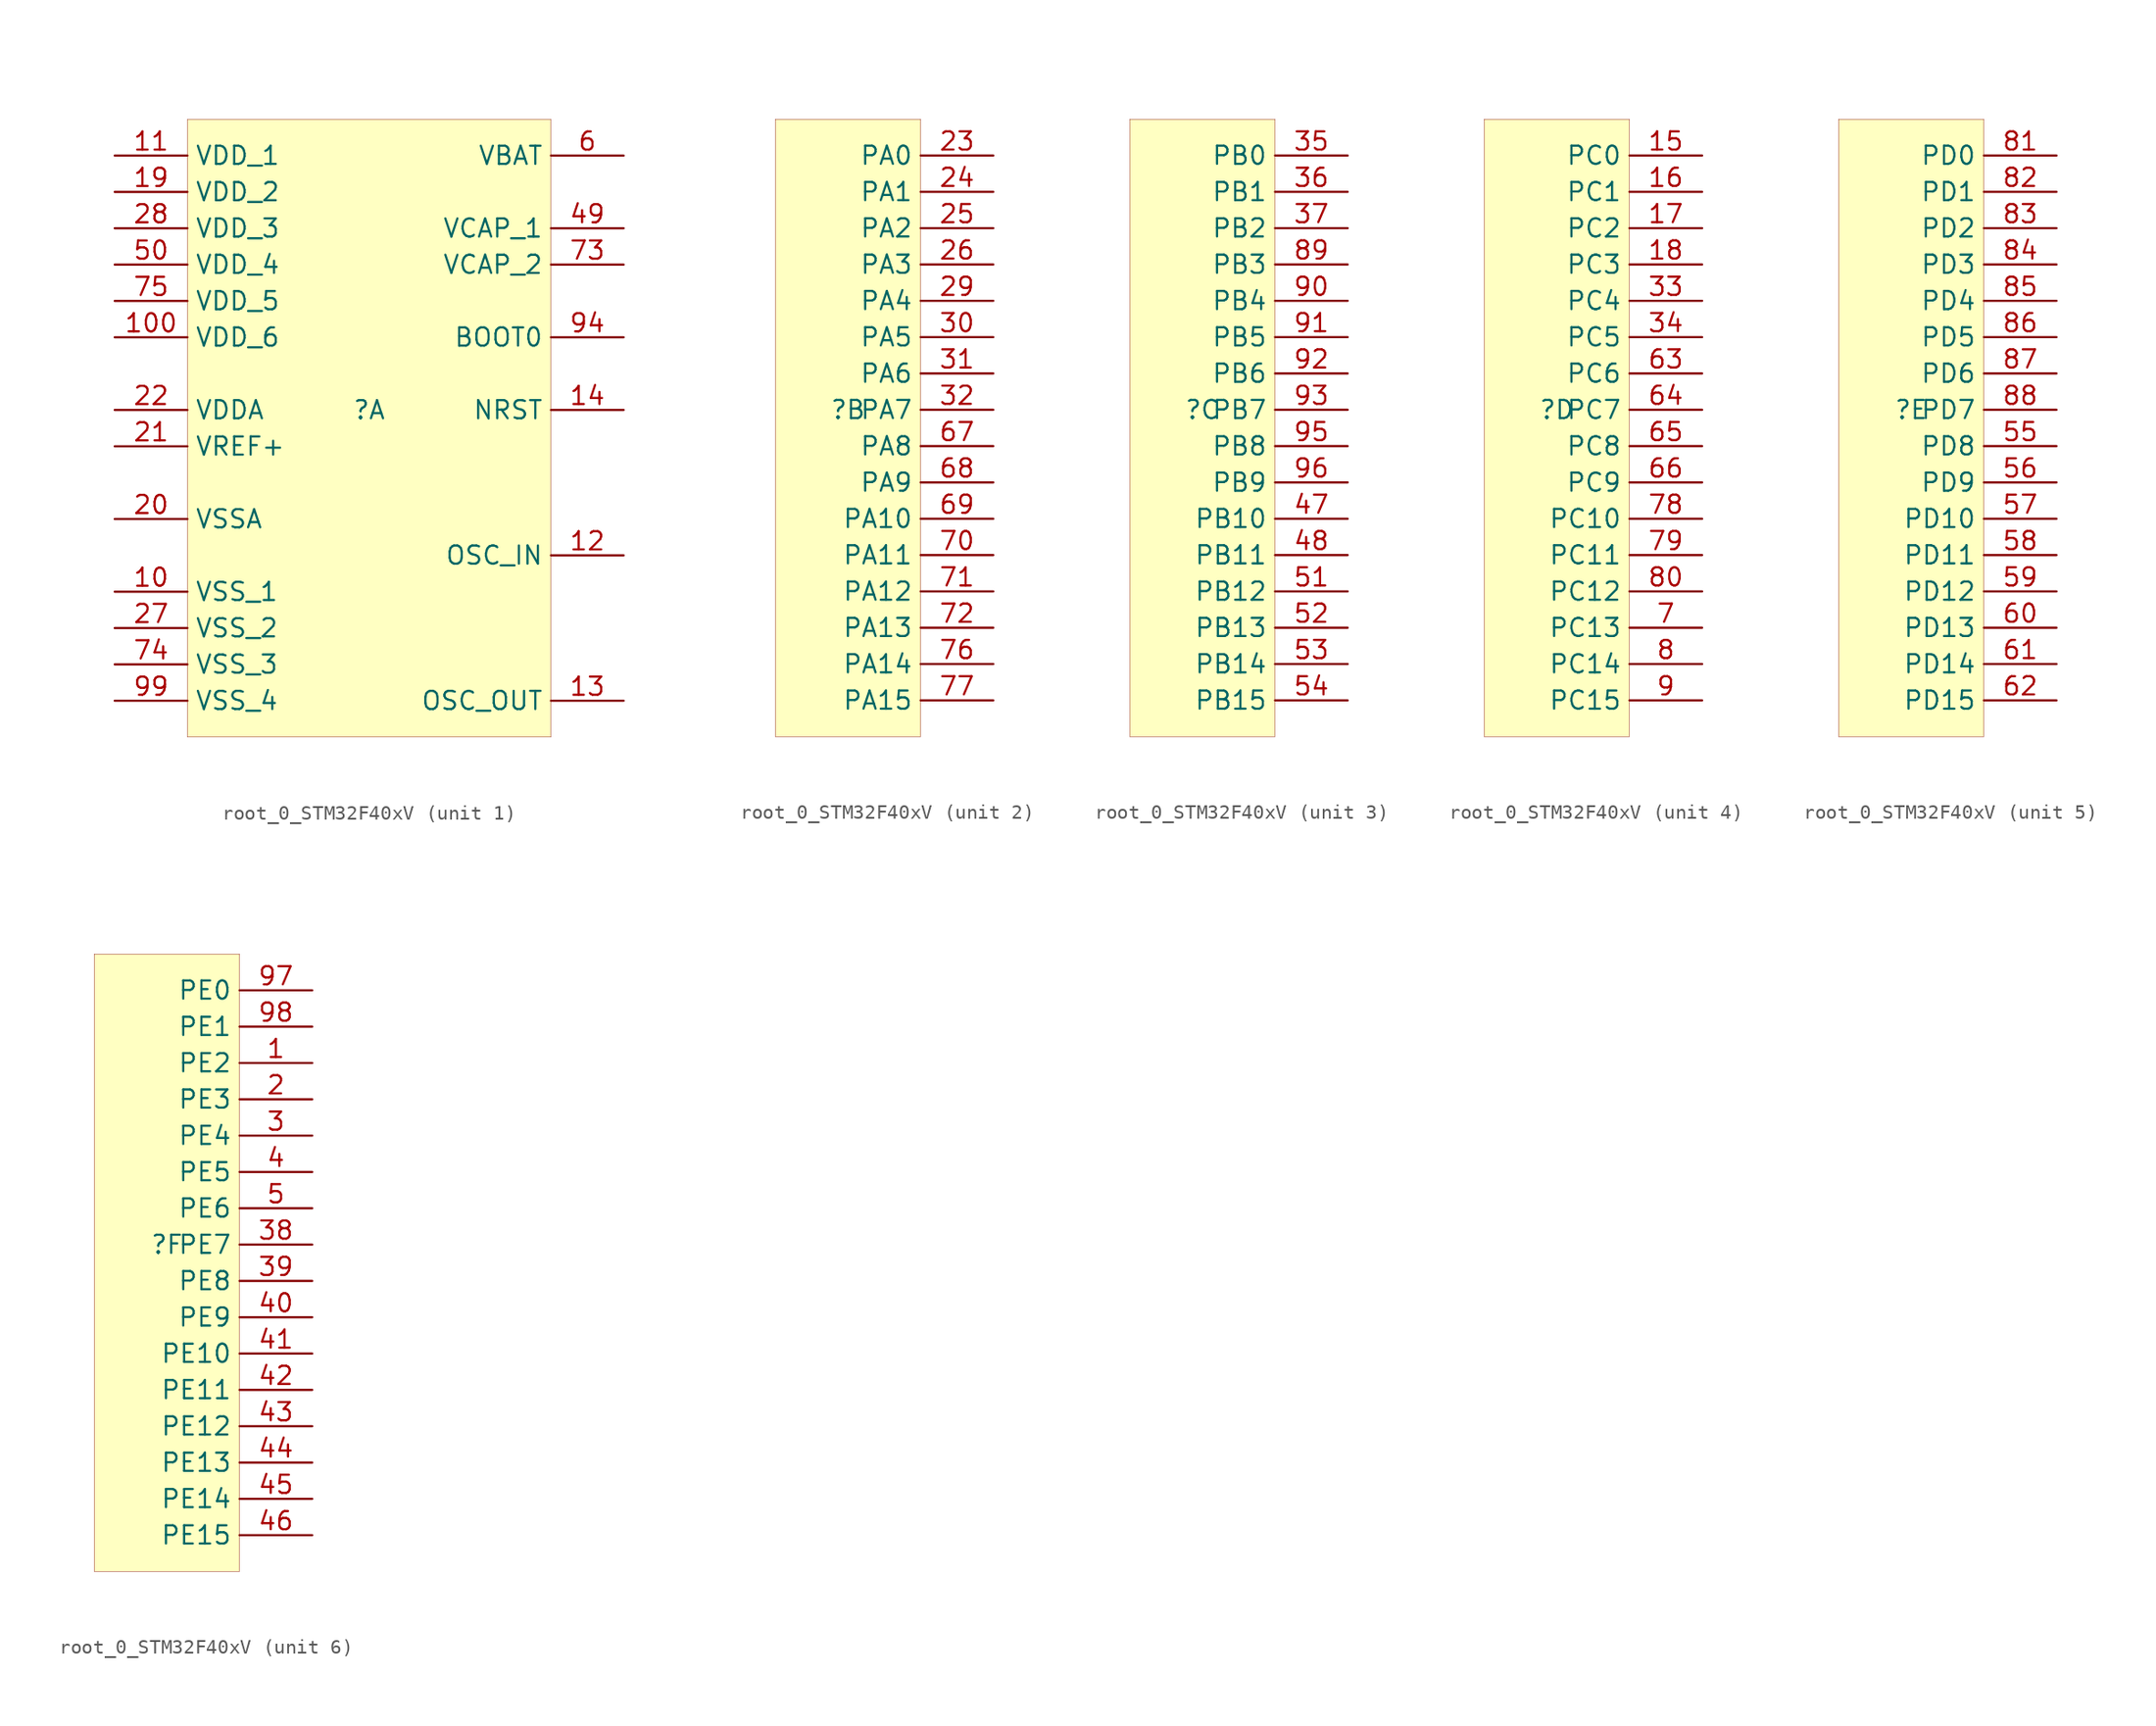
<source format=kicad_sym>
(kicad_symbol_lib
  (version 20231120)
  (generator "kicad_symbol_editor")
  (generator_version "8.0")
  (symbol "root_0_STM32F40xV"
    (property "Reference" ""
      (at 0 0 0)
      (effects (font (size 1.27 1.27))))
    (property "Value" ""
      (at 0 0 0)
      (effects (font (size 1.27 1.27))))
    (symbol "root_0_STM32F40xV_1_0"
      (rectangle (start 12.7 20.32) (end -12.7 -22.86) (stroke (width 0.025) (type solid) (color 128 0 0 1)) (fill (type background)))
      (pin passive line (at -17.78 -12.7 0) (length 5.08) (name "VSS_1" (effects (font (size 1.27 1.27)))) (number "10" (effects (font (size 1.27 1.27)))))
      (pin passive line (at -17.78 5.08 0) (length 5.08) (name "VDD_6" (effects (font (size 1.27 1.27)))) (number "100" (effects (font (size 1.27 1.27)))))
      (pin passive line (at -17.78 17.78 0) (length 5.08) (name "VDD_1" (effects (font (size 1.27 1.27)))) (number "11" (effects (font (size 1.27 1.27)))))
      (pin passive line (at 17.78 -10.16 180) (length 5.08) (name "OSC_IN" (effects (font (size 1.27 1.27)))) (number "12" (effects (font (size 1.27 1.27)))))
      (pin passive line (at 17.78 -20.32 180) (length 5.08) (name "OSC_OUT" (effects (font (size 1.27 1.27)))) (number "13" (effects (font (size 1.27 1.27)))))
      (pin passive line (at 17.78 0 180) (length 5.08) (name "NRST" (effects (font (size 1.27 1.27)))) (number "14" (effects (font (size 1.27 1.27)))))
      (pin passive line (at -17.78 15.24 0) (length 5.08) (name "VDD_2" (effects (font (size 1.27 1.27)))) (number "19" (effects (font (size 1.27 1.27)))))
      (pin passive line (at -17.78 -7.62 0) (length 5.08) (name "VSSA" (effects (font (size 1.27 1.27)))) (number "20" (effects (font (size 1.27 1.27)))))
      (pin passive line (at -17.78 -2.54 0) (length 5.08) (name "VREF+" (effects (font (size 1.27 1.27)))) (number "21" (effects (font (size 1.27 1.27)))))
      (pin passive line (at -17.78 0 0) (length 5.08) (name "VDDA" (effects (font (size 1.27 1.27)))) (number "22" (effects (font (size 1.27 1.27)))))
      (pin passive line (at -17.78 -15.24 0) (length 5.08) (name "VSS_2" (effects (font (size 1.27 1.27)))) (number "27" (effects (font (size 1.27 1.27)))))
      (pin passive line (at -17.78 12.7 0) (length 5.08) (name "VDD_3" (effects (font (size 1.27 1.27)))) (number "28" (effects (font (size 1.27 1.27)))))
      (pin passive line (at 17.78 12.7 180) (length 5.08) (name "VCAP_1" (effects (font (size 1.27 1.27)))) (number "49" (effects (font (size 1.27 1.27)))))
      (pin passive line (at -17.78 10.16 0) (length 5.08) (name "VDD_4" (effects (font (size 1.27 1.27)))) (number "50" (effects (font (size 1.27 1.27)))))
      (pin passive line (at 17.78 17.78 180) (length 5.08) (name "VBAT" (effects (font (size 1.27 1.27)))) (number "6" (effects (font (size 1.27 1.27)))))
      (pin passive line (at 17.78 10.16 180) (length 5.08) (name "VCAP_2" (effects (font (size 1.27 1.27)))) (number "73" (effects (font (size 1.27 1.27)))))
      (pin passive line (at -17.78 -17.78 0) (length 5.08) (name "VSS_3" (effects (font (size 1.27 1.27)))) (number "74" (effects (font (size 1.27 1.27)))))
      (pin passive line (at -17.78 7.62 0) (length 5.08) (name "VDD_5" (effects (font (size 1.27 1.27)))) (number "75" (effects (font (size 1.27 1.27)))))
      (pin passive line (at 17.78 5.08 180) (length 5.08) (name "BOOT0" (effects (font (size 1.27 1.27)))) (number "94" (effects (font (size 1.27 1.27)))))
      (pin passive line (at -17.78 -20.32 0) (length 5.08) (name "VSS_4" (effects (font (size 1.27 1.27)))) (number "99" (effects (font (size 1.27 1.27))))))
    (symbol "root_0_STM32F40xV_2_0"
      (rectangle (start 5.08 20.32) (end -5.08 -22.86) (stroke (width 0.025) (type solid) (color 128 0 0 1)) (fill (type background)))
      (pin passive line (at 10.16 17.78 180) (length 5.08) (name "PA0" (effects (font (size 1.27 1.27)))) (number "23" (effects (font (size 1.27 1.27)))))
      (pin passive line (at 10.16 15.24 180) (length 5.08) (name "PA1" (effects (font (size 1.27 1.27)))) (number "24" (effects (font (size 1.27 1.27)))))
      (pin passive line (at 10.16 12.7 180) (length 5.08) (name "PA2" (effects (font (size 1.27 1.27)))) (number "25" (effects (font (size 1.27 1.27)))))
      (pin passive line (at 10.16 10.16 180) (length 5.08) (name "PA3" (effects (font (size 1.27 1.27)))) (number "26" (effects (font (size 1.27 1.27)))))
      (pin passive line (at 10.16 7.62 180) (length 5.08) (name "PA4" (effects (font (size 1.27 1.27)))) (number "29" (effects (font (size 1.27 1.27)))))
      (pin passive line (at 10.16 5.08 180) (length 5.08) (name "PA5" (effects (font (size 1.27 1.27)))) (number "30" (effects (font (size 1.27 1.27)))))
      (pin passive line (at 10.16 2.54 180) (length 5.08) (name "PA6" (effects (font (size 1.27 1.27)))) (number "31" (effects (font (size 1.27 1.27)))))
      (pin passive line (at 10.16 0 180) (length 5.08) (name "PA7" (effects (font (size 1.27 1.27)))) (number "32" (effects (font (size 1.27 1.27)))))
      (pin passive line (at 10.16 -2.54 180) (length 5.08) (name "PA8" (effects (font (size 1.27 1.27)))) (number "67" (effects (font (size 1.27 1.27)))))
      (pin passive line (at 10.16 -5.08 180) (length 5.08) (name "PA9" (effects (font (size 1.27 1.27)))) (number "68" (effects (font (size 1.27 1.27)))))
      (pin passive line (at 10.16 -7.62 180) (length 5.08) (name "PA10" (effects (font (size 1.27 1.27)))) (number "69" (effects (font (size 1.27 1.27)))))
      (pin passive line (at 10.16 -10.16 180) (length 5.08) (name "PA11" (effects (font (size 1.27 1.27)))) (number "70" (effects (font (size 1.27 1.27)))))
      (pin passive line (at 10.16 -12.7 180) (length 5.08) (name "PA12" (effects (font (size 1.27 1.27)))) (number "71" (effects (font (size 1.27 1.27)))))
      (pin passive line (at 10.16 -15.24 180) (length 5.08) (name "PA13" (effects (font (size 1.27 1.27)))) (number "72" (effects (font (size 1.27 1.27)))))
      (pin passive line (at 10.16 -17.78 180) (length 5.08) (name "PA14" (effects (font (size 1.27 1.27)))) (number "76" (effects (font (size 1.27 1.27)))))
      (pin passive line (at 10.16 -20.32 180) (length 5.08) (name "PA15" (effects (font (size 1.27 1.27)))) (number "77" (effects (font (size 1.27 1.27))))))
    (symbol "root_0_STM32F40xV_3_0"
      (rectangle (start 5.08 20.32) (end -5.08 -22.86) (stroke (width 0.025) (type solid) (color 128 0 0 1)) (fill (type background)))
      (pin passive line (at 10.16 17.78 180) (length 5.08) (name "PB0" (effects (font (size 1.27 1.27)))) (number "35" (effects (font (size 1.27 1.27)))))
      (pin passive line (at 10.16 15.24 180) (length 5.08) (name "PB1" (effects (font (size 1.27 1.27)))) (number "36" (effects (font (size 1.27 1.27)))))
      (pin passive line (at 10.16 12.7 180) (length 5.08) (name "PB2" (effects (font (size 1.27 1.27)))) (number "37" (effects (font (size 1.27 1.27)))))
      (pin passive line (at 10.16 -7.62 180) (length 5.08) (name "PB10" (effects (font (size 1.27 1.27)))) (number "47" (effects (font (size 1.27 1.27)))))
      (pin passive line (at 10.16 -10.16 180) (length 5.08) (name "PB11" (effects (font (size 1.27 1.27)))) (number "48" (effects (font (size 1.27 1.27)))))
      (pin passive line (at 10.16 -12.7 180) (length 5.08) (name "PB12" (effects (font (size 1.27 1.27)))) (number "51" (effects (font (size 1.27 1.27)))))
      (pin passive line (at 10.16 -15.24 180) (length 5.08) (name "PB13" (effects (font (size 1.27 1.27)))) (number "52" (effects (font (size 1.27 1.27)))))
      (pin passive line (at 10.16 -17.78 180) (length 5.08) (name "PB14" (effects (font (size 1.27 1.27)))) (number "53" (effects (font (size 1.27 1.27)))))
      (pin passive line (at 10.16 -20.32 180) (length 5.08) (name "PB15" (effects (font (size 1.27 1.27)))) (number "54" (effects (font (size 1.27 1.27)))))
      (pin passive line (at 10.16 10.16 180) (length 5.08) (name "PB3" (effects (font (size 1.27 1.27)))) (number "89" (effects (font (size 1.27 1.27)))))
      (pin passive line (at 10.16 7.62 180) (length 5.08) (name "PB4" (effects (font (size 1.27 1.27)))) (number "90" (effects (font (size 1.27 1.27)))))
      (pin passive line (at 10.16 5.08 180) (length 5.08) (name "PB5" (effects (font (size 1.27 1.27)))) (number "91" (effects (font (size 1.27 1.27)))))
      (pin passive line (at 10.16 2.54 180) (length 5.08) (name "PB6" (effects (font (size 1.27 1.27)))) (number "92" (effects (font (size 1.27 1.27)))))
      (pin passive line (at 10.16 0 180) (length 5.08) (name "PB7" (effects (font (size 1.27 1.27)))) (number "93" (effects (font (size 1.27 1.27)))))
      (pin passive line (at 10.16 -2.54 180) (length 5.08) (name "PB8" (effects (font (size 1.27 1.27)))) (number "95" (effects (font (size 1.27 1.27)))))
      (pin passive line (at 10.16 -5.08 180) (length 5.08) (name "PB9" (effects (font (size 1.27 1.27)))) (number "96" (effects (font (size 1.27 1.27))))))
    (symbol "root_0_STM32F40xV_4_0"
      (rectangle (start 5.08 20.32) (end -5.08 -22.86) (stroke (width 0.025) (type solid) (color 128 0 0 1)) (fill (type background)))
      (pin passive line (at 10.16 17.78 180) (length 5.08) (name "PC0" (effects (font (size 1.27 1.27)))) (number "15" (effects (font (size 1.27 1.27)))))
      (pin passive line (at 10.16 15.24 180) (length 5.08) (name "PC1" (effects (font (size 1.27 1.27)))) (number "16" (effects (font (size 1.27 1.27)))))
      (pin passive line (at 10.16 12.7 180) (length 5.08) (name "PC2" (effects (font (size 1.27 1.27)))) (number "17" (effects (font (size 1.27 1.27)))))
      (pin passive line (at 10.16 10.16 180) (length 5.08) (name "PC3" (effects (font (size 1.27 1.27)))) (number "18" (effects (font (size 1.27 1.27)))))
      (pin passive line (at 10.16 7.62 180) (length 5.08) (name "PC4" (effects (font (size 1.27 1.27)))) (number "33" (effects (font (size 1.27 1.27)))))
      (pin passive line (at 10.16 5.08 180) (length 5.08) (name "PC5" (effects (font (size 1.27 1.27)))) (number "34" (effects (font (size 1.27 1.27)))))
      (pin passive line (at 10.16 2.54 180) (length 5.08) (name "PC6" (effects (font (size 1.27 1.27)))) (number "63" (effects (font (size 1.27 1.27)))))
      (pin passive line (at 10.16 0 180) (length 5.08) (name "PC7" (effects (font (size 1.27 1.27)))) (number "64" (effects (font (size 1.27 1.27)))))
      (pin passive line (at 10.16 -2.54 180) (length 5.08) (name "PC8" (effects (font (size 1.27 1.27)))) (number "65" (effects (font (size 1.27 1.27)))))
      (pin passive line (at 10.16 -5.08 180) (length 5.08) (name "PC9" (effects (font (size 1.27 1.27)))) (number "66" (effects (font (size 1.27 1.27)))))
      (pin passive line (at 10.16 -15.24 180) (length 5.08) (name "PC13" (effects (font (size 1.27 1.27)))) (number "7" (effects (font (size 1.27 1.27)))))
      (pin passive line (at 10.16 -7.62 180) (length 5.08) (name "PC10" (effects (font (size 1.27 1.27)))) (number "78" (effects (font (size 1.27 1.27)))))
      (pin passive line (at 10.16 -10.16 180) (length 5.08) (name "PC11" (effects (font (size 1.27 1.27)))) (number "79" (effects (font (size 1.27 1.27)))))
      (pin passive line (at 10.16 -17.78 180) (length 5.08) (name "PC14" (effects (font (size 1.27 1.27)))) (number "8" (effects (font (size 1.27 1.27)))))
      (pin passive line (at 10.16 -12.7 180) (length 5.08) (name "PC12" (effects (font (size 1.27 1.27)))) (number "80" (effects (font (size 1.27 1.27)))))
      (pin passive line (at 10.16 -20.32 180) (length 5.08) (name "PC15" (effects (font (size 1.27 1.27)))) (number "9" (effects (font (size 1.27 1.27))))))
    (symbol "root_0_STM32F40xV_5_0"
      (rectangle (start 5.08 20.32) (end -5.08 -22.86) (stroke (width 0.025) (type solid) (color 128 0 0 1)) (fill (type background)))
      (pin passive line (at 10.16 -2.54 180) (length 5.08) (name "PD8" (effects (font (size 1.27 1.27)))) (number "55" (effects (font (size 1.27 1.27)))))
      (pin passive line (at 10.16 -5.08 180) (length 5.08) (name "PD9" (effects (font (size 1.27 1.27)))) (number "56" (effects (font (size 1.27 1.27)))))
      (pin passive line (at 10.16 -7.62 180) (length 5.08) (name "PD10" (effects (font (size 1.27 1.27)))) (number "57" (effects (font (size 1.27 1.27)))))
      (pin passive line (at 10.16 -10.16 180) (length 5.08) (name "PD11" (effects (font (size 1.27 1.27)))) (number "58" (effects (font (size 1.27 1.27)))))
      (pin passive line (at 10.16 -12.7 180) (length 5.08) (name "PD12" (effects (font (size 1.27 1.27)))) (number "59" (effects (font (size 1.27 1.27)))))
      (pin passive line (at 10.16 -15.24 180) (length 5.08) (name "PD13" (effects (font (size 1.27 1.27)))) (number "60" (effects (font (size 1.27 1.27)))))
      (pin passive line (at 10.16 -17.78 180) (length 5.08) (name "PD14" (effects (font (size 1.27 1.27)))) (number "61" (effects (font (size 1.27 1.27)))))
      (pin passive line (at 10.16 -20.32 180) (length 5.08) (name "PD15" (effects (font (size 1.27 1.27)))) (number "62" (effects (font (size 1.27 1.27)))))
      (pin passive line (at 10.16 17.78 180) (length 5.08) (name "PD0" (effects (font (size 1.27 1.27)))) (number "81" (effects (font (size 1.27 1.27)))))
      (pin passive line (at 10.16 15.24 180) (length 5.08) (name "PD1" (effects (font (size 1.27 1.27)))) (number "82" (effects (font (size 1.27 1.27)))))
      (pin passive line (at 10.16 12.7 180) (length 5.08) (name "PD2" (effects (font (size 1.27 1.27)))) (number "83" (effects (font (size 1.27 1.27)))))
      (pin passive line (at 10.16 10.16 180) (length 5.08) (name "PD3" (effects (font (size 1.27 1.27)))) (number "84" (effects (font (size 1.27 1.27)))))
      (pin passive line (at 10.16 7.62 180) (length 5.08) (name "PD4" (effects (font (size 1.27 1.27)))) (number "85" (effects (font (size 1.27 1.27)))))
      (pin passive line (at 10.16 5.08 180) (length 5.08) (name "PD5" (effects (font (size 1.27 1.27)))) (number "86" (effects (font (size 1.27 1.27)))))
      (pin passive line (at 10.16 2.54 180) (length 5.08) (name "PD6" (effects (font (size 1.27 1.27)))) (number "87" (effects (font (size 1.27 1.27)))))
      (pin passive line (at 10.16 0 180) (length 5.08) (name "PD7" (effects (font (size 1.27 1.27)))) (number "88" (effects (font (size 1.27 1.27))))))
    (symbol "root_0_STM32F40xV_6_0"
      (rectangle (start 5.08 20.32) (end -5.08 -22.86) (stroke (width 0.025) (type solid) (color 128 0 0 1)) (fill (type background)))
      (pin passive line (at 10.16 12.7 180) (length 5.08) (name "PE2" (effects (font (size 1.27 1.27)))) (number "1" (effects (font (size 1.27 1.27)))))
      (pin passive line (at 10.16 10.16 180) (length 5.08) (name "PE3" (effects (font (size 1.27 1.27)))) (number "2" (effects (font (size 1.27 1.27)))))
      (pin passive line (at 10.16 7.62 180) (length 5.08) (name "PE4" (effects (font (size 1.27 1.27)))) (number "3" (effects (font (size 1.27 1.27)))))
      (pin passive line (at 10.16 0 180) (length 5.08) (name "PE7" (effects (font (size 1.27 1.27)))) (number "38" (effects (font (size 1.27 1.27)))))
      (pin passive line (at 10.16 -2.54 180) (length 5.08) (name "PE8" (effects (font (size 1.27 1.27)))) (number "39" (effects (font (size 1.27 1.27)))))
      (pin passive line (at 10.16 5.08 180) (length 5.08) (name "PE5" (effects (font (size 1.27 1.27)))) (number "4" (effects (font (size 1.27 1.27)))))
      (pin passive line (at 10.16 -5.08 180) (length 5.08) (name "PE9" (effects (font (size 1.27 1.27)))) (number "40" (effects (font (size 1.27 1.27)))))
      (pin passive line (at 10.16 -7.62 180) (length 5.08) (name "PE10" (effects (font (size 1.27 1.27)))) (number "41" (effects (font (size 1.27 1.27)))))
      (pin passive line (at 10.16 -10.16 180) (length 5.08) (name "PE11" (effects (font (size 1.27 1.27)))) (number "42" (effects (font (size 1.27 1.27)))))
      (pin passive line (at 10.16 -12.7 180) (length 5.08) (name "PE12" (effects (font (size 1.27 1.27)))) (number "43" (effects (font (size 1.27 1.27)))))
      (pin passive line (at 10.16 -15.24 180) (length 5.08) (name "PE13" (effects (font (size 1.27 1.27)))) (number "44" (effects (font (size 1.27 1.27)))))
      (pin passive line (at 10.16 -17.78 180) (length 5.08) (name "PE14" (effects (font (size 1.27 1.27)))) (number "45" (effects (font (size 1.27 1.27)))))
      (pin passive line (at 10.16 -20.32 180) (length 5.08) (name "PE15" (effects (font (size 1.27 1.27)))) (number "46" (effects (font (size 1.27 1.27)))))
      (pin passive line (at 10.16 2.54 180) (length 5.08) (name "PE6" (effects (font (size 1.27 1.27)))) (number "5" (effects (font (size 1.27 1.27)))))
      (pin passive line (at 10.16 17.78 180) (length 5.08) (name "PE0" (effects (font (size 1.27 1.27)))) (number "97" (effects (font (size 1.27 1.27)))))
      (pin passive line (at 10.16 15.24 180) (length 5.08) (name "PE1" (effects (font (size 1.27 1.27)))) (number "98" (effects (font (size 1.27 1.27))))))))
</source>
